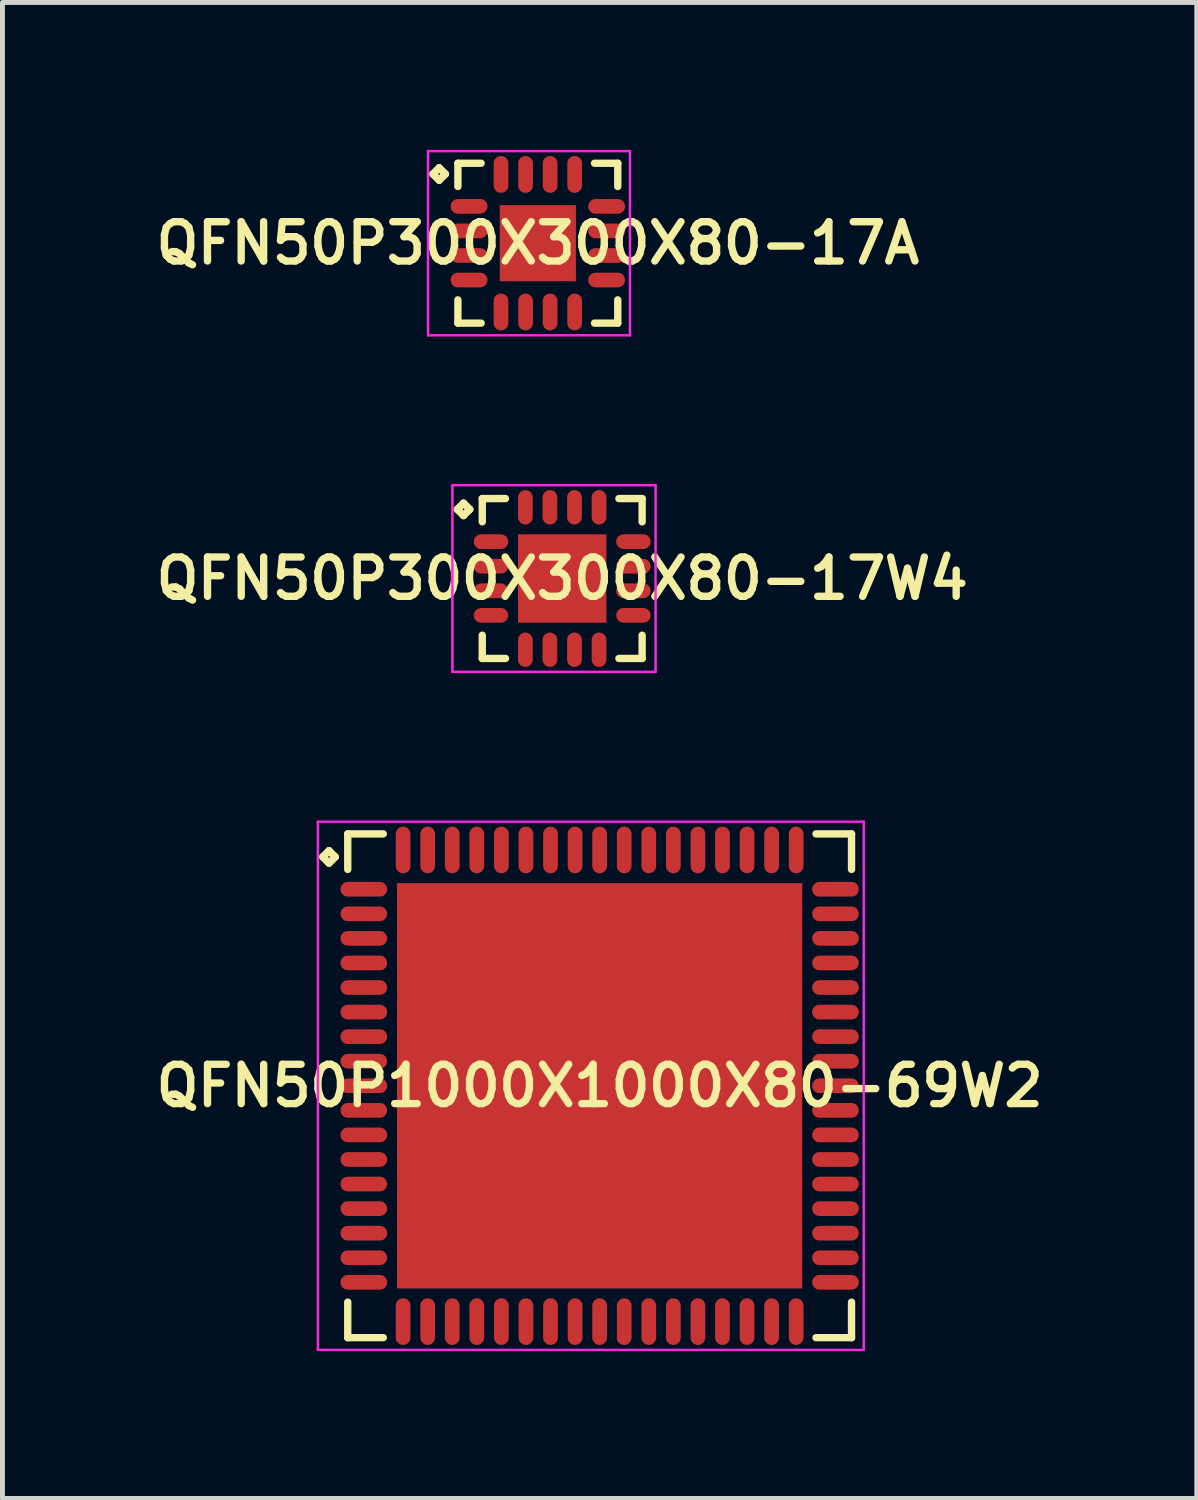
<source format=kicad_pcb>
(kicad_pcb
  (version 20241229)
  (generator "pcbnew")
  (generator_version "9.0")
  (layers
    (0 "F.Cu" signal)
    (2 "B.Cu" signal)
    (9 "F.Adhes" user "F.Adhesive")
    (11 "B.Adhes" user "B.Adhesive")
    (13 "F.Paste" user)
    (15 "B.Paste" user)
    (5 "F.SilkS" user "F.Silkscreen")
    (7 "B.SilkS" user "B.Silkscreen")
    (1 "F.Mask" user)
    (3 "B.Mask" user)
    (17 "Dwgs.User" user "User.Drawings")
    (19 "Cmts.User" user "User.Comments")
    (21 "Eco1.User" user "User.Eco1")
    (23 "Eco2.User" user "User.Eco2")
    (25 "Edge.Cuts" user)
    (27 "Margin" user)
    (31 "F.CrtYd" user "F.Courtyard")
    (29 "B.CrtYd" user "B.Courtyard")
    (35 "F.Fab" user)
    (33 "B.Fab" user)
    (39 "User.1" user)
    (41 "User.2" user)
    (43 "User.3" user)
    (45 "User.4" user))
  (footprint "QFN50P1000X1000X80-69W2"
    (layer "F.Cu")
    (at 9.155 19.05)
    (property "Reference" "QFN50P1000X1000X80-69W2" (at 0 0 0) (layer "F.SilkS") (effects (font (size 0.8 0.8) (thickness 0.15))))
    (attr smd)
    (fp_line (start -5.635 -4.658) (end -5.508 -4.785) (stroke (width 0.15) (type solid)) (layer "F.SilkS"))
    (fp_line (start -5.508 -4.785) (end -5.381 -4.658) (stroke (width 0.15) (type solid)) (layer "F.SilkS"))
    (fp_line (start -5.508 -4.531) (end -5.635 -4.658) (stroke (width 0.15) (type solid)) (layer "F.SilkS"))
    (fp_line (start -5.381 -4.658) (end -5.508 -4.531) (stroke (width 0.15) (type solid)) (layer "F.SilkS"))
    (fp_line (start -5.127 -5.127) (end -4.404 -5.127) (stroke (width 0.15) (type solid)) (layer "F.SilkS"))
    (fp_line (start -5.127 -4.404) (end -5.127 -5.127) (stroke (width 0.15) (type solid)) (layer "F.SilkS"))
    (fp_line (start -5.127 4.404) (end -5.127 5.127) (stroke (width 0.15) (type solid)) (layer "F.SilkS"))
    (fp_line (start -5.127 5.127) (end -4.404 5.127) (stroke (width 0.15) (type solid)) (layer "F.SilkS"))
    (fp_line (start 4.404 -5.127) (end 5.127 -5.127) (stroke (width 0.15) (type solid)) (layer "F.SilkS"))
    (fp_line (start 4.404 5.127) (end 5.127 5.127) (stroke (width 0.15) (type solid)) (layer "F.SilkS"))
    (fp_line (start 5.127 -5.127) (end 5.127 -4.404) (stroke (width 0.15) (type solid)) (layer "F.SilkS"))
    (fp_line (start 5.127 5.127) (end 5.127 4.404) (stroke (width 0.15) (type solid)) (layer "F.SilkS"))
    (fp_line (start -5.735 -5.375) (end 5.375 -5.375) (stroke (width 0.05) (type solid)) (layer "F.CrtYd"))
    (fp_line (start -5.735 5.375) (end -5.735 -5.375) (stroke (width 0.05) (type solid)) (layer "F.CrtYd"))
    (fp_line (start 5.375 -5.375) (end 5.375 5.375) (stroke (width 0.05) (type solid)) (layer "F.CrtYd"))
    (fp_line (start 5.375 5.375) (end -5.735 5.375) (stroke (width 0.05) (type solid)) (layer "F.CrtYd"))
    (pad "1" smd oval (at -4.8 -4) (size 0.95 0.3) (layers "F.Cu" "F.Mask" "F.Paste"))
    (pad "2" smd oval (at -4.8 -3.5) (size 0.95 0.3) (layers "F.Cu" "F.Mask" "F.Paste"))
    (pad "3" smd oval (at -4.8 -3) (size 0.95 0.3) (layers "F.Cu" "F.Mask" "F.Paste"))
    (pad "4" smd oval (at -4.8 -2.5) (size 0.95 0.3) (layers "F.Cu" "F.Mask" "F.Paste"))
    (pad "5" smd oval (at -4.8 -2) (size 0.95 0.3) (layers "F.Cu" "F.Mask" "F.Paste"))
    (pad "6" smd oval (at -4.8 -1.5) (size 0.95 0.3) (layers "F.Cu" "F.Mask" "F.Paste"))
    (pad "7" smd oval (at -4.8 -1) (size 0.95 0.3) (layers "F.Cu" "F.Mask" "F.Paste"))
    (pad "8" smd oval (at -4.8 -0.5) (size 0.95 0.3) (layers "F.Cu" "F.Mask" "F.Paste"))
    (pad "9" smd oval (at -4.8 0) (size 0.95 0.3) (layers "F.Cu" "F.Mask" "F.Paste"))
    (pad "10" smd oval (at -4.8 0.5) (size 0.95 0.3) (layers "F.Cu" "F.Mask" "F.Paste"))
    (pad "11" smd oval (at -4.8 1) (size 0.95 0.3) (layers "F.Cu" "F.Mask" "F.Paste"))
    (pad "12" smd oval (at -4.8 1.5) (size 0.95 0.3) (layers "F.Cu" "F.Mask" "F.Paste"))
    (pad "13" smd oval (at -4.8 2) (size 0.95 0.3) (layers "F.Cu" "F.Mask" "F.Paste"))
    (pad "14" smd oval (at -4.8 2.5) (size 0.95 0.3) (layers "F.Cu" "F.Mask" "F.Paste"))
    (pad "15" smd oval (at -4.8 3) (size 0.95 0.3) (layers "F.Cu" "F.Mask" "F.Paste"))
    (pad "16" smd oval (at -4.8 3.5) (size 0.95 0.3) (layers "F.Cu" "F.Mask" "F.Paste"))
    (pad "17" smd oval (at -4.8 4) (size 0.95 0.3) (layers "F.Cu" "F.Mask" "F.Paste"))
    (pad "18" smd oval (at -4 4.8) (size 0.3 0.95) (layers "F.Cu" "F.Mask" "F.Paste"))
    (pad "19" smd oval (at -3.5 4.8) (size 0.3 0.95) (layers "F.Cu" "F.Mask" "F.Paste"))
    (pad "20" smd oval (at -3 4.8) (size 0.3 0.95) (layers "F.Cu" "F.Mask" "F.Paste"))
    (pad "21" smd oval (at -2.5 4.8) (size 0.3 0.95) (layers "F.Cu" "F.Mask" "F.Paste"))
    (pad "22" smd oval (at -2 4.8) (size 0.3 0.95) (layers "F.Cu" "F.Mask" "F.Paste"))
    (pad "23" smd oval (at -1.5 4.8) (size 0.3 0.95) (layers "F.Cu" "F.Mask" "F.Paste"))
    (pad "24" smd oval (at -1 4.8) (size 0.3 0.95) (layers "F.Cu" "F.Mask" "F.Paste"))
    (pad "25" smd oval (at -0.5 4.8) (size 0.3 0.95) (layers "F.Cu" "F.Mask" "F.Paste"))
    (pad "26" smd oval (at 0 4.8) (size 0.3 0.95) (layers "F.Cu" "F.Mask" "F.Paste"))
    (pad "27" smd oval (at 0.5 4.8) (size 0.3 0.95) (layers "F.Cu" "F.Mask" "F.Paste"))
    (pad "28" smd oval (at 1 4.8) (size 0.3 0.95) (layers "F.Cu" "F.Mask" "F.Paste"))
    (pad "29" smd oval (at 1.5 4.8) (size 0.3 0.95) (layers "F.Cu" "F.Mask" "F.Paste"))
    (pad "30" smd oval (at 2 4.8) (size 0.3 0.95) (layers "F.Cu" "F.Mask" "F.Paste"))
    (pad "31" smd oval (at 2.5 4.8) (size 0.3 0.95) (layers "F.Cu" "F.Mask" "F.Paste"))
    (pad "32" smd oval (at 3 4.8) (size 0.3 0.95) (layers "F.Cu" "F.Mask" "F.Paste"))
    (pad "33" smd oval (at 3.5 4.8) (size 0.3 0.95) (layers "F.Cu" "F.Mask" "F.Paste"))
    (pad "34" smd oval (at 4 4.8) (size 0.3 0.95) (layers "F.Cu" "F.Mask" "F.Paste"))
    (pad "35" smd oval (at 4.8 4) (size 0.95 0.3) (layers "F.Cu" "F.Mask" "F.Paste"))
    (pad "36" smd oval (at 4.8 3.5) (size 0.95 0.3) (layers "F.Cu" "F.Mask" "F.Paste"))
    (pad "37" smd oval (at 4.8 3) (size 0.95 0.3) (layers "F.Cu" "F.Mask" "F.Paste"))
    (pad "38" smd oval (at 4.8 2.5) (size 0.95 0.3) (layers "F.Cu" "F.Mask" "F.Paste"))
    (pad "39" smd oval (at 4.8 2) (size 0.95 0.3) (layers "F.Cu" "F.Mask" "F.Paste"))
    (pad "40" smd oval (at 4.8 1.5) (size 0.95 0.3) (layers "F.Cu" "F.Mask" "F.Paste"))
    (pad "41" smd oval (at 4.8 1) (size 0.95 0.3) (layers "F.Cu" "F.Mask" "F.Paste"))
    (pad "42" smd oval (at 4.8 0.5) (size 0.95 0.3) (layers "F.Cu" "F.Mask" "F.Paste"))
    (pad "43" smd oval (at 4.8 0) (size 0.95 0.3) (layers "F.Cu" "F.Mask" "F.Paste"))
    (pad "44" smd oval (at 4.8 -0.5) (size 0.95 0.3) (layers "F.Cu" "F.Mask" "F.Paste"))
    (pad "45" smd oval (at 4.8 -1) (size 0.95 0.3) (layers "F.Cu" "F.Mask" "F.Paste"))
    (pad "46" smd oval (at 4.8 -1.5) (size 0.95 0.3) (layers "F.Cu" "F.Mask" "F.Paste"))
    (pad "47" smd oval (at 4.8 -2) (size 0.95 0.3) (layers "F.Cu" "F.Mask" "F.Paste"))
    (pad "48" smd oval (at 4.8 -2.5) (size 0.95 0.3) (layers "F.Cu" "F.Mask" "F.Paste"))
    (pad "49" smd oval (at 4.8 -3) (size 0.95 0.3) (layers "F.Cu" "F.Mask" "F.Paste"))
    (pad "50" smd oval (at 4.8 -3.5) (size 0.95 0.3) (layers "F.Cu" "F.Mask" "F.Paste"))
    (pad "51" smd oval (at 4.8 -4) (size 0.95 0.3) (layers "F.Cu" "F.Mask" "F.Paste"))
    (pad "52" smd oval (at 4 -4.8) (size 0.3 0.95) (layers "F.Cu" "F.Mask" "F.Paste"))
    (pad "53" smd oval (at 3.5 -4.8) (size 0.3 0.95) (layers "F.Cu" "F.Mask" "F.Paste"))
    (pad "54" smd oval (at 3 -4.8) (size 0.3 0.95) (layers "F.Cu" "F.Mask" "F.Paste"))
    (pad "55" smd oval (at 2.5 -4.8) (size 0.3 0.95) (layers "F.Cu" "F.Mask" "F.Paste"))
    (pad "56" smd oval (at 2 -4.8) (size 0.3 0.95) (layers "F.Cu" "F.Mask" "F.Paste"))
    (pad "57" smd oval (at 1.5 -4.8) (size 0.3 0.95) (layers "F.Cu" "F.Mask" "F.Paste"))
    (pad "58" smd oval (at 1 -4.8) (size 0.3 0.95) (layers "F.Cu" "F.Mask" "F.Paste"))
    (pad "59" smd oval (at 0.5 -4.8) (size 0.3 0.95) (layers "F.Cu" "F.Mask" "F.Paste"))
    (pad "60" smd oval (at 0 -4.8) (size 0.3 0.95) (layers "F.Cu" "F.Mask" "F.Paste"))
    (pad "61" smd oval (at -0.5 -4.8) (size 0.3 0.95) (layers "F.Cu" "F.Mask" "F.Paste"))
    (pad "62" smd oval (at -1 -4.8) (size 0.3 0.95) (layers "F.Cu" "F.Mask" "F.Paste"))
    (pad "63" smd oval (at -1.5 -4.8) (size 0.3 0.95) (layers "F.Cu" "F.Mask" "F.Paste"))
    (pad "64" smd oval (at -2 -4.8) (size 0.3 0.95) (layers "F.Cu" "F.Mask" "F.Paste"))
    (pad "65" smd oval (at -2.5 -4.8) (size 0.3 0.95) (layers "F.Cu" "F.Mask" "F.Paste"))
    (pad "66" smd oval (at -3 -4.8) (size 0.3 0.95) (layers "F.Cu" "F.Mask" "F.Paste"))
    (pad "67" smd oval (at -3.5 -4.8) (size 0.3 0.95) (layers "F.Cu" "F.Mask" "F.Paste"))
    (pad "68" smd oval (at -4 -4.8) (size 0.3 0.95) (layers "F.Cu" "F.Mask" "F.Paste"))
    (pad "69" smd rect (at 0 0) (size 8.25 8.25) (layers "F.Cu" "F.Mask" "F.Paste")))
  (footprint "QFN50P300X300X80-17A"
    (layer "F.Cu")
    (at 7.897 1.9)
    (property "Reference" "QFN50P300X300X80-17A" (at 0 0 0) (layer "F.SilkS") (effects (font (size 0.8 0.8) (thickness 0.15))))
    (attr smd)
    (fp_line (start -2.135 -1.408) (end -2.008 -1.535) (stroke (width 0.15) (type solid)) (layer "F.SilkS"))
    (fp_line (start -2.008 -1.535) (end -1.881 -1.408) (stroke (width 0.15) (type solid)) (layer "F.SilkS"))
    (fp_line (start -2.008 -1.281) (end -2.135 -1.408) (stroke (width 0.15) (type solid)) (layer "F.SilkS"))
    (fp_line (start -1.881 -1.408) (end -2.008 -1.281) (stroke (width 0.15) (type solid)) (layer "F.SilkS"))
    (fp_line (start -1.627 -1.627) (end -1.154 -1.627) (stroke (width 0.15) (type solid)) (layer "F.SilkS"))
    (fp_line (start -1.627 -1.154) (end -1.627 -1.627) (stroke (width 0.15) (type solid)) (layer "F.SilkS"))
    (fp_line (start -1.627 1.154) (end -1.627 1.627) (stroke (width 0.15) (type solid)) (layer "F.SilkS"))
    (fp_line (start -1.627 1.627) (end -1.154 1.627) (stroke (width 0.15) (type solid)) (layer "F.SilkS"))
    (fp_line (start 1.154 -1.627) (end 1.627 -1.627) (stroke (width 0.15) (type solid)) (layer "F.SilkS"))
    (fp_line (start 1.154 1.627) (end 1.627 1.627) (stroke (width 0.15) (type solid)) (layer "F.SilkS"))
    (fp_line (start 1.627 -1.627) (end 1.627 -1.154) (stroke (width 0.15) (type solid)) (layer "F.SilkS"))
    (fp_line (start 1.627 1.627) (end 1.627 1.154) (stroke (width 0.15) (type solid)) (layer "F.SilkS"))
    (fp_line (start -2.235 -1.875) (end 1.875 -1.875) (stroke (width 0.05) (type solid)) (layer "F.CrtYd"))
    (fp_line (start -2.235 1.875) (end -2.235 -1.875) (stroke (width 0.05) (type solid)) (layer "F.CrtYd"))
    (fp_line (start 1.875 -1.875) (end 1.875 1.875) (stroke (width 0.05) (type solid)) (layer "F.CrtYd"))
    (fp_line (start 1.875 1.875) (end -2.235 1.875) (stroke (width 0.05) (type solid)) (layer "F.CrtYd"))
    (pad "1" smd oval (at -1.4 -0.75) (size 0.75 0.3) (layers "F.Cu" "F.Mask" "F.Paste"))
    (pad "2" smd oval (at -1.4 -0.25) (size 0.75 0.3) (layers "F.Cu" "F.Mask" "F.Paste"))
    (pad "3" smd oval (at -1.4 0.25) (size 0.75 0.3) (layers "F.Cu" "F.Mask" "F.Paste"))
    (pad "4" smd oval (at -1.4 0.75) (size 0.75 0.3) (layers "F.Cu" "F.Mask" "F.Paste"))
    (pad "5" smd oval (at -0.75 1.4) (size 0.3 0.75) (layers "F.Cu" "F.Mask" "F.Paste"))
    (pad "6" smd oval (at -0.25 1.4) (size 0.3 0.75) (layers "F.Cu" "F.Mask" "F.Paste"))
    (pad "7" smd oval (at 0.25 1.4) (size 0.3 0.75) (layers "F.Cu" "F.Mask" "F.Paste"))
    (pad "8" smd oval (at 0.75 1.4) (size 0.3 0.75) (layers "F.Cu" "F.Mask" "F.Paste"))
    (pad "9" smd oval (at 1.4 0.75) (size 0.75 0.3) (layers "F.Cu" "F.Mask" "F.Paste"))
    (pad "10" smd oval (at 1.4 0.25) (size 0.75 0.3) (layers "F.Cu" "F.Mask" "F.Paste"))
    (pad "11" smd oval (at 1.4 -0.25) (size 0.75 0.3) (layers "F.Cu" "F.Mask" "F.Paste"))
    (pad "12" smd oval (at 1.4 -0.75) (size 0.75 0.3) (layers "F.Cu" "F.Mask" "F.Paste"))
    (pad "13" smd oval (at 0.75 -1.4) (size 0.3 0.75) (layers "F.Cu" "F.Mask" "F.Paste"))
    (pad "14" smd oval (at 0.25 -1.4) (size 0.3 0.75) (layers "F.Cu" "F.Mask" "F.Paste"))
    (pad "15" smd oval (at -0.25 -1.4) (size 0.3 0.75) (layers "F.Cu" "F.Mask" "F.Paste"))
    (pad "16" smd oval (at -0.75 -1.4) (size 0.3 0.75) (layers "F.Cu" "F.Mask" "F.Paste"))
    (pad "17" smd rect (at 0 0) (size 1.55 1.55) (layers "F.Cu" "F.Mask" "F.Paste")))
  (footprint "QFN50P300X300X80-17W4"
    (layer "F.Cu")
    (at 8.393 8.725)
    (property "Reference" "QFN50P300X300X80-17W4" (at 0 0 0) (layer "F.SilkS") (effects (font (size 0.8 0.8) (thickness 0.15))))
    (attr smd)
    (fp_line (start -2.135 -1.408) (end -2.008 -1.535) (stroke (width 0.15) (type solid)) (layer "F.SilkS"))
    (fp_line (start -2.008 -1.535) (end -1.881 -1.408) (stroke (width 0.15) (type solid)) (layer "F.SilkS"))
    (fp_line (start -2.008 -1.281) (end -2.135 -1.408) (stroke (width 0.15) (type solid)) (layer "F.SilkS"))
    (fp_line (start -1.881 -1.408) (end -2.008 -1.281) (stroke (width 0.15) (type solid)) (layer "F.SilkS"))
    (fp_line (start -1.627 -1.627) (end -1.154 -1.627) (stroke (width 0.15) (type solid)) (layer "F.SilkS"))
    (fp_line (start -1.627 -1.154) (end -1.627 -1.627) (stroke (width 0.15) (type solid)) (layer "F.SilkS"))
    (fp_line (start -1.627 1.154) (end -1.627 1.627) (stroke (width 0.15) (type solid)) (layer "F.SilkS"))
    (fp_line (start -1.627 1.627) (end -1.154 1.627) (stroke (width 0.15) (type solid)) (layer "F.SilkS"))
    (fp_line (start 1.154 -1.627) (end 1.627 -1.627) (stroke (width 0.15) (type solid)) (layer "F.SilkS"))
    (fp_line (start 1.154 1.627) (end 1.627 1.627) (stroke (width 0.15) (type solid)) (layer "F.SilkS"))
    (fp_line (start 1.627 -1.627) (end 1.627 -1.154) (stroke (width 0.15) (type solid)) (layer "F.SilkS"))
    (fp_line (start 1.627 1.627) (end 1.627 1.154) (stroke (width 0.15) (type solid)) (layer "F.SilkS"))
    (fp_line (start -2.235 -1.9) (end 1.9 -1.9) (stroke (width 0.05) (type solid)) (layer "F.CrtYd"))
    (fp_line (start -2.235 1.9) (end -2.235 -1.9) (stroke (width 0.05) (type solid)) (layer "F.CrtYd"))
    (fp_line (start 1.9 -1.9) (end 1.9 1.9) (stroke (width 0.05) (type solid)) (layer "F.CrtYd"))
    (fp_line (start 1.9 1.9) (end -2.235 1.9) (stroke (width 0.05) (type solid)) (layer "F.CrtYd"))
    (pad "1" smd oval (at -1.45 -0.75) (size 0.7 0.3) (layers "F.Cu" "F.Mask" "F.Paste"))
    (pad "2" smd oval (at -1.45 -0.25) (size 0.7 0.3) (layers "F.Cu" "F.Mask" "F.Paste"))
    (pad "3" smd oval (at -1.45 0.25) (size 0.7 0.3) (layers "F.Cu" "F.Mask" "F.Paste"))
    (pad "4" smd oval (at -1.45 0.75) (size 0.7 0.3) (layers "F.Cu" "F.Mask" "F.Paste"))
    (pad "5" smd oval (at -0.75 1.45) (size 0.3 0.7) (layers "F.Cu" "F.Mask" "F.Paste"))
    (pad "6" smd oval (at -0.25 1.45) (size 0.3 0.7) (layers "F.Cu" "F.Mask" "F.Paste"))
    (pad "7" smd oval (at 0.25 1.45) (size 0.3 0.7) (layers "F.Cu" "F.Mask" "F.Paste"))
    (pad "8" smd oval (at 0.75 1.45) (size 0.3 0.7) (layers "F.Cu" "F.Mask" "F.Paste"))
    (pad "9" smd oval (at 1.45 0.75) (size 0.7 0.3) (layers "F.Cu" "F.Mask" "F.Paste"))
    (pad "10" smd oval (at 1.45 0.25) (size 0.7 0.3) (layers "F.Cu" "F.Mask" "F.Paste"))
    (pad "11" smd oval (at 1.45 -0.25) (size 0.7 0.3) (layers "F.Cu" "F.Mask" "F.Paste"))
    (pad "12" smd oval (at 1.45 -0.75) (size 0.7 0.3) (layers "F.Cu" "F.Mask" "F.Paste"))
    (pad "13" smd oval (at 0.75 -1.45) (size 0.3 0.7) (layers "F.Cu" "F.Mask" "F.Paste"))
    (pad "14" smd oval (at 0.25 -1.45) (size 0.3 0.7) (layers "F.Cu" "F.Mask" "F.Paste"))
    (pad "15" smd oval (at -0.25 -1.45) (size 0.3 0.7) (layers "F.Cu" "F.Mask" "F.Paste"))
    (pad "16" smd oval (at -0.75 -1.45) (size 0.3 0.7) (layers "F.Cu" "F.Mask" "F.Paste"))
    (pad "17" smd rect (at 0 0) (size 1.8 1.8) (layers "F.Cu" "F.Mask" "F.Paste")))
  (gr_rect
    (start -3 -3)
    (end 21.309 27.45)
    (stroke (width 0.1) (type default))
    (fill no)
    (layer "Edge.Cuts")))
</source>
